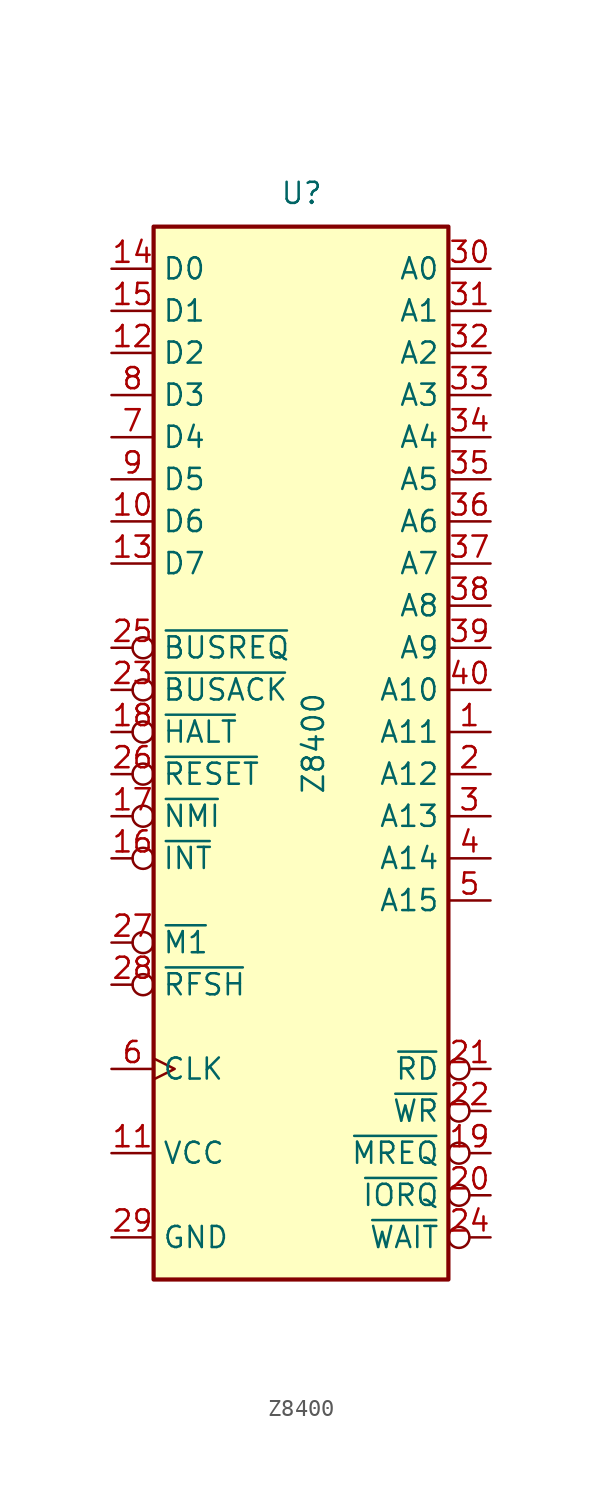
<source format=kicad_sym>
(kicad_symbol_lib
  (version 20231120)
  (generator "kicad_symbol_editor")
  (generator_version "8.0")
  (symbol "Z8400"
    (property "Reference" "U"
      (at -1.27 31.75 0)
      (effects (font (size 1.27 1.27)) (justify left bottom)))
    (property "Value" "Z8400"
      (at 0 -3.81 90)
      (effects (font (size 1.27 1.27)) (justify left top)))
    (symbol "Z8400_0_1"
      (rectangle (start -8.89 -33.02) (end 8.89 30.48) (stroke (width 0.254) (type default)) (fill (type background))))
    (symbol "Z8400_1_1"
      (pin output line (at 11.43 0 180) (length 2.54) (name "A11" (effects (font (size 1.27 1.27)))) (number "1" (effects (font (size 1.27 1.27)))))
      (pin bidirectional line (at -11.43 12.7 0) (length 2.54) (name "D6" (effects (font (size 1.27 1.27)))) (number "10" (effects (font (size 1.27 1.27)))))
      (pin power_in line (at -11.43 -25.4 0) (length 2.54) (name "VCC" (effects (font (size 1.27 1.27)))) (number "11" (effects (font (size 1.27 1.27)))))
      (pin bidirectional line (at -11.43 22.86 0) (length 2.54) (name "D2" (effects (font (size 1.27 1.27)))) (number "12" (effects (font (size 1.27 1.27)))))
      (pin bidirectional line (at -11.43 10.16 0) (length 2.54) (name "D7" (effects (font (size 1.27 1.27)))) (number "13" (effects (font (size 1.27 1.27)))))
      (pin bidirectional line (at -11.43 27.94 0) (length 2.54) (name "D0" (effects (font (size 1.27 1.27)))) (number "14" (effects (font (size 1.27 1.27)))))
      (pin bidirectional line (at -11.43 25.4 0) (length 2.54) (name "D1" (effects (font (size 1.27 1.27)))) (number "15" (effects (font (size 1.27 1.27)))))
      (pin input inverted (at -11.43 -7.62 0) (length 2.54) (name "~{INT}" (effects (font (size 1.27 1.27)))) (number "16" (effects (font (size 1.27 1.27)))))
      (pin input inverted (at -11.43 -5.08 0) (length 2.54) (name "~{NMI}" (effects (font (size 1.27 1.27)))) (number "17" (effects (font (size 1.27 1.27)))))
      (pin output inverted (at -11.43 0 0) (length 2.54) (name "~{HALT}" (effects (font (size 1.27 1.27)))) (number "18" (effects (font (size 1.27 1.27)))))
      (pin output inverted (at 11.43 -25.4 180) (length 2.54) (name "~{MREQ}" (effects (font (size 1.27 1.27)))) (number "19" (effects (font (size 1.27 1.27)))))
      (pin output line (at 11.43 -2.54 180) (length 2.54) (name "A12" (effects (font (size 1.27 1.27)))) (number "2" (effects (font (size 1.27 1.27)))))
      (pin output inverted (at 11.43 -27.94 180) (length 2.54) (name "~{IORQ}" (effects (font (size 1.27 1.27)))) (number "20" (effects (font (size 1.27 1.27)))))
      (pin output inverted (at 11.43 -20.32 180) (length 2.54) (name "~{RD}" (effects (font (size 1.27 1.27)))) (number "21" (effects (font (size 1.27 1.27)))))
      (pin output inverted (at 11.43 -22.86 180) (length 2.54) (name "~{WR}" (effects (font (size 1.27 1.27)))) (number "22" (effects (font (size 1.27 1.27)))))
      (pin output inverted (at -11.43 2.54 0) (length 2.54) (name "~{BUSACK}" (effects (font (size 1.27 1.27)))) (number "23" (effects (font (size 1.27 1.27)))))
      (pin input inverted (at 11.43 -30.48 180) (length 2.54) (name "~{WAIT}" (effects (font (size 1.27 1.27)))) (number "24" (effects (font (size 1.27 1.27)))))
      (pin input inverted (at -11.43 5.08 0) (length 2.54) (name "~{BUSREQ}" (effects (font (size 1.27 1.27)))) (number "25" (effects (font (size 1.27 1.27)))))
      (pin input inverted (at -11.43 -2.54 0) (length 2.54) (name "~{RESET}" (effects (font (size 1.27 1.27)))) (number "26" (effects (font (size 1.27 1.27)))))
      (pin output inverted (at -11.43 -12.7 0) (length 2.54) (name "~{M1}" (effects (font (size 1.27 1.27)))) (number "27" (effects (font (size 1.27 1.27)))))
      (pin output inverted (at -11.43 -15.24 0) (length 2.54) (name "~{RFSH}" (effects (font (size 1.27 1.27)))) (number "28" (effects (font (size 1.27 1.27)))))
      (pin power_in line (at -11.43 -30.48 0) (length 2.54) (name "GND" (effects (font (size 1.27 1.27)))) (number "29" (effects (font (size 1.27 1.27)))))
      (pin output line (at 11.43 -5.08 180) (length 2.54) (name "A13" (effects (font (size 1.27 1.27)))) (number "3" (effects (font (size 1.27 1.27)))))
      (pin output line (at 11.43 27.94 180) (length 2.54) (name "A0" (effects (font (size 1.27 1.27)))) (number "30" (effects (font (size 1.27 1.27)))))
      (pin output line (at 11.43 25.4 180) (length 2.54) (name "A1" (effects (font (size 1.27 1.27)))) (number "31" (effects (font (size 1.27 1.27)))))
      (pin output line (at 11.43 22.86 180) (length 2.54) (name "A2" (effects (font (size 1.27 1.27)))) (number "32" (effects (font (size 1.27 1.27)))))
      (pin output line (at 11.43 20.32 180) (length 2.54) (name "A3" (effects (font (size 1.27 1.27)))) (number "33" (effects (font (size 1.27 1.27)))))
      (pin output line (at 11.43 17.78 180) (length 2.54) (name "A4" (effects (font (size 1.27 1.27)))) (number "34" (effects (font (size 1.27 1.27)))))
      (pin output line (at 11.43 15.24 180) (length 2.54) (name "A5" (effects (font (size 1.27 1.27)))) (number "35" (effects (font (size 1.27 1.27)))))
      (pin output line (at 11.43 12.7 180) (length 2.54) (name "A6" (effects (font (size 1.27 1.27)))) (number "36" (effects (font (size 1.27 1.27)))))
      (pin output line (at 11.43 10.16 180) (length 2.54) (name "A7" (effects (font (size 1.27 1.27)))) (number "37" (effects (font (size 1.27 1.27)))))
      (pin output line (at 11.43 7.62 180) (length 2.54) (name "A8" (effects (font (size 1.27 1.27)))) (number "38" (effects (font (size 1.27 1.27)))))
      (pin output line (at 11.43 5.08 180) (length 2.54) (name "A9" (effects (font (size 1.27 1.27)))) (number "39" (effects (font (size 1.27 1.27)))))
      (pin output line (at 11.43 -7.62 180) (length 2.54) (name "A14" (effects (font (size 1.27 1.27)))) (number "4" (effects (font (size 1.27 1.27)))))
      (pin output line (at 11.43 2.54 180) (length 2.54) (name "A10" (effects (font (size 1.27 1.27)))) (number "40" (effects (font (size 1.27 1.27)))))
      (pin output line (at 11.43 -10.16 180) (length 2.54) (name "A15" (effects (font (size 1.27 1.27)))) (number "5" (effects (font (size 1.27 1.27)))))
      (pin input clock (at -11.43 -20.32 0) (length 2.54) (name "CLK" (effects (font (size 1.27 1.27)))) (number "6" (effects (font (size 1.27 1.27)))))
      (pin bidirectional line (at -11.43 17.78 0) (length 2.54) (name "D4" (effects (font (size 1.27 1.27)))) (number "7" (effects (font (size 1.27 1.27)))))
      (pin bidirectional line (at -11.43 20.32 0) (length 2.54) (name "D3" (effects (font (size 1.27 1.27)))) (number "8" (effects (font (size 1.27 1.27)))))
      (pin bidirectional line (at -11.43 15.24 0) (length 2.54) (name "D5" (effects (font (size 1.27 1.27)))) (number "9" (effects (font (size 1.27 1.27))))))))
</source>
